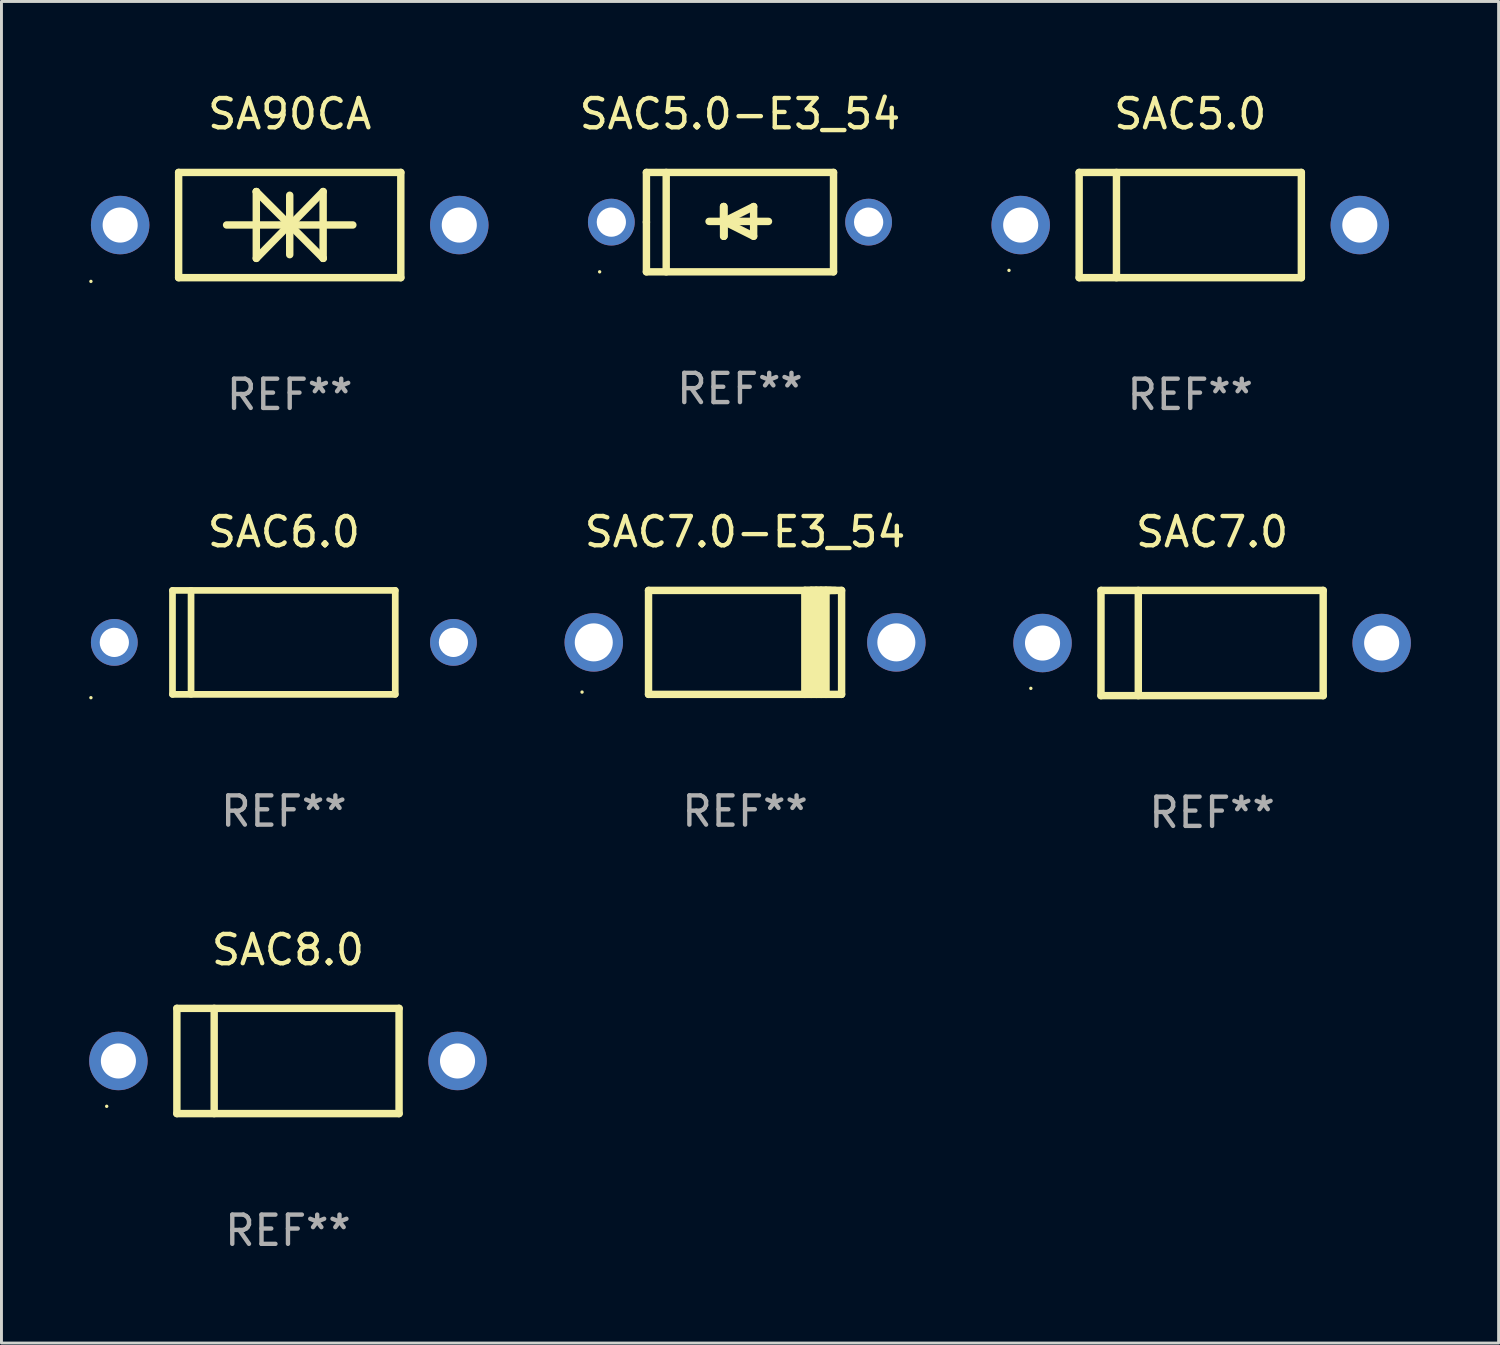
<source format=kicad_pcb>
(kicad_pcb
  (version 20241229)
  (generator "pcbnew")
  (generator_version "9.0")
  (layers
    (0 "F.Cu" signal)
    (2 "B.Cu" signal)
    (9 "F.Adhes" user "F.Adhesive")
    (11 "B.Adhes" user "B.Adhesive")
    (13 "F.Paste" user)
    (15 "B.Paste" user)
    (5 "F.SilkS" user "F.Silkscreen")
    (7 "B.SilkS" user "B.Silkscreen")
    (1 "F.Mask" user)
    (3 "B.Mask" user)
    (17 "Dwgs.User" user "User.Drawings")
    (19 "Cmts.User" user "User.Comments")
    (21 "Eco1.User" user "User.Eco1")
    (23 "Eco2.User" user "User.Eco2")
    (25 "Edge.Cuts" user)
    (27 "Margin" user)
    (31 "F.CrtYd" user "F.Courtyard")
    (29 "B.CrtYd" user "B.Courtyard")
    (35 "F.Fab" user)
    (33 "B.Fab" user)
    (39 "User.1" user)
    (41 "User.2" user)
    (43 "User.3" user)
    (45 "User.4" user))
  (footprint "SA90CA"
    (layer "F.Cu")
    (at 6.86 4.648)
    (property "Reference" "SA90CA" (at 0 -3.8 0) (layer "F.SilkS") (effects (font (size 1 1) (thickness 0.15))))
    (attr through_hole)
    (fp_line (start -3.8 -1.8) (end -3.8 1.8) (stroke (width 0.254) (type solid)) (layer "F.SilkS"))
    (fp_line (start -3.8 -1.8) (end 3.8 -1.8) (stroke (width 0.254) (type solid)) (layer "F.SilkS"))
    (fp_line (start -3.8 1.8) (end 3.8 1.8) (stroke (width 0.254) (type solid)) (layer "F.SilkS"))
    (fp_line (start -2.159 -0.003) (end 2.159 -0.003) (stroke (width 0.254) (type solid)) (layer "F.SilkS"))
    (fp_line (start -1.143 -1.146) (end -1.143 1.14) (stroke (width 0.254) (type solid)) (layer "F.SilkS"))
    (fp_line (start -1.143 -1.143) (end -1.143 -1.146) (stroke (width 0.254) (type solid)) (layer "F.SilkS"))
    (fp_line (start 0 -1.019) (end 0 1.013) (stroke (width 0.254) (type solid)) (layer "F.SilkS"))
    (fp_line (start 0 -0.026) (end -1.143 1.14) (stroke (width 0.254) (type solid)) (layer "F.SilkS"))
    (fp_line (start 0 -0.006) (end 1.143 1.137) (stroke (width 0.254) (type solid)) (layer "F.SilkS"))
    (fp_line (start 0 0) (end -1.143 -1.143) (stroke (width 0.254) (type solid)) (layer "F.SilkS"))
    (fp_line (start 0 0.02) (end 1.143 -1.146) (stroke (width 0.254) (type solid)) (layer "F.SilkS"))
    (fp_line (start 1.143 1.137) (end 1.143 1.14) (stroke (width 0.254) (type solid)) (layer "F.SilkS"))
    (fp_line (start 1.143 1.14) (end 1.143 -1.146) (stroke (width 0.254) (type solid)) (layer "F.SilkS"))
    (fp_line (start 3.8 -1.8) (end 3.8 1.8) (stroke (width 0.254) (type solid)) (layer "F.SilkS"))
    (fp_circle (center -6.8 1.927) (end -6.77 1.927) (stroke (width 0.06) (type solid)) (fill no) (layer "F.SilkS"))
    (fp_text user "REF**" (at 0 5.8 0) (layer "F.Fab") (effects (font (size 1 1) (thickness 0.15))))
    (pad "1" thru_hole circle (at -5.8 0) (size 2 2) (drill 1.2) (layers "*.Cu" "*.Mask"))
    (pad "2" thru_hole circle (at 5.8 0) (size 2 2) (drill 1.2) (layers "*.Cu" "*.Mask")))
  (footprint "SAC5.0-E3_54"
    (layer "F.Cu")
    (at 22.261 4.548)
    (property "Reference" "SAC5.0-E3_54" (at 0 -3.7 0) (layer "F.SilkS") (effects (font (size 1 1) (thickness 0.15))))
    (attr through_hole)
    (fp_line (start -3.2 -1.7) (end 3.2 -1.7) (stroke (width 0.254) (type solid)) (layer "F.SilkS"))
    (fp_line (start -3.2 0) (end -3.2 -1.7) (stroke (width 0.254) (type solid)) (layer "F.SilkS"))
    (fp_line (start -3.2 1.7) (end -3.2 0) (stroke (width 0.254) (type solid)) (layer "F.SilkS"))
    (fp_line (start -2.523 -1.7) (end -2.523 1.7) (stroke (width 0.254) (type solid)) (layer "F.SilkS"))
    (fp_line (start -0.561 -0.533) (end -0.561 0.483) (stroke (width 0.254) (type solid)) (layer "F.SilkS"))
    (fp_line (start -0.561 -0.025) (end -0.561 -0.533) (stroke (width 0.254) (type solid)) (layer "F.SilkS"))
    (fp_line (start -0.549 -0.025) (end -0.549 0.483) (stroke (width 0.254) (type solid)) (layer "F.SilkS"))
    (fp_line (start -0.549 -0.025) (end 0.467 0.483) (stroke (width 0.254) (type solid)) (layer "F.SilkS"))
    (fp_line (start -0.549 0.483) (end -0.549 -0.533) (stroke (width 0.254) (type solid)) (layer "F.SilkS"))
    (fp_line (start 0.467 -0.533) (end -0.549 -0.025) (stroke (width 0.254) (type solid)) (layer "F.SilkS"))
    (fp_line (start 0.467 0.483) (end 0.467 -0.533) (stroke (width 0.254) (type solid)) (layer "F.SilkS"))
    (fp_line (start 0.975 -0.025) (end -1.057 -0.025) (stroke (width 0.254) (type solid)) (layer "F.SilkS"))
    (fp_line (start 3.2 -1.7) (end 3.2 1.7) (stroke (width 0.254) (type solid)) (layer "F.SilkS"))
    (fp_line (start 3.2 1.7) (end -3.2 1.7) (stroke (width 0.254) (type solid)) (layer "F.SilkS"))
    (fp_circle (center -4.8 1.7) (end -4.77 1.7) (stroke (width 0.06) (type solid)) (fill no) (layer "F.SilkS"))
    (fp_text user "REF**" (at 0 5.7 0) (layer "F.Fab") (effects (font (size 1 1) (thickness 0.15))))
    (pad "1" thru_hole circle (at -4.4 0) (size 1.6 1.6) (drill 1) (layers "*.Cu" "*.Mask"))
    (pad "2" thru_hole circle (at 4.4 0) (size 1.6 1.6) (drill 1) (layers "*.Cu" "*.Mask")))
  (footprint "SAC7.0"
    (layer "F.Cu")
    (at 38.41 18.945)
    (property "Reference" "SAC7.0" (at 0 -3.8 0) (layer "F.SilkS") (effects (font (size 1 1) (thickness 0.15))))
    (attr through_hole)
    (fp_line (start -3.8 -1.8) (end -3.8 1.8) (stroke (width 0.254) (type solid)) (layer "F.SilkS"))
    (fp_line (start -3.8 -1.8) (end 3.8 -1.8) (stroke (width 0.254) (type solid)) (layer "F.SilkS"))
    (fp_line (start -3.8 1.8) (end 3.8 1.8) (stroke (width 0.254) (type solid)) (layer "F.SilkS"))
    (fp_line (start -2.524 -1.8) (end -2.524 1.8) (stroke (width 0.254) (type solid)) (layer "F.SilkS"))
    (fp_line (start 3.8 -1.8) (end 3.8 1.8) (stroke (width 0.254) (type solid)) (layer "F.SilkS"))
    (fp_circle (center -6.2 1.55) (end -6.17 1.55) (stroke (width 0.06) (type solid)) (fill no) (layer "F.SilkS"))
    (fp_text user "REF**" (at 0 5.8 0) (layer "F.Fab") (effects (font (size 1 1) (thickness 0.15))))
    (pad "1" thru_hole circle (at -5.8 0) (size 2 2) (drill 1.2) (layers "*.Cu" "*.Mask"))
    (pad "2" thru_hole circle (at 5.8 0) (size 2 2) (drill 1.2) (layers "*.Cu" "*.Mask")))
  (footprint "SAC7.0-E3_54"
    (layer "F.Cu")
    (at 22.435 18.923)
    (property "Reference" "SAC7.0-E3_54" (at 0 -3.778 0) (layer "F.SilkS") (effects (font (size 1 1) (thickness 0.15))))
    (attr through_hole)
    (fp_line (start -3.302 -1.778) (end -3.302 1.778) (stroke (width 0.254) (type solid)) (layer "F.SilkS"))
    (fp_line (start -3.302 1.778) (end 3.302 1.778) (stroke (width 0.254) (type solid)) (layer "F.SilkS"))
    (fp_line (start 2.045 -1.778) (end 2.045 1.778) (stroke (width 0.254) (type solid)) (layer "F.SilkS"))
    (fp_line (start 2.261 -1.778) (end 2.261 1.778) (stroke (width 0.254) (type solid)) (layer "F.SilkS"))
    (fp_line (start 2.421 -1.778) (end 2.045 -1.778) (stroke (width 0.254) (type solid)) (layer "F.SilkS"))
    (fp_line (start 2.439 -1.778) (end 2.439 1.778) (stroke (width 0.254) (type solid)) (layer "F.SilkS"))
    (fp_line (start 2.579 -1.778) (end 2.261 -1.778) (stroke (width 0.254) (type solid)) (layer "F.SilkS"))
    (fp_line (start 2.604 -1.778) (end 2.604 1.778) (stroke (width 0.254) (type solid)) (layer "F.SilkS"))
    (fp_line (start 2.757 -1.778) (end 2.439 -1.778) (stroke (width 0.254) (type solid)) (layer "F.SilkS"))
    (fp_line (start 2.769 -1.778) (end 2.769 1.778) (stroke (width 0.254) (type solid)) (layer "F.SilkS"))
    (fp_line (start 2.922 -1.778) (end 2.604 -1.778) (stroke (width 0.254) (type solid)) (layer "F.SilkS"))
    (fp_line (start 3.087 -1.778) (end 2.769 -1.778) (stroke (width 0.254) (type solid)) (layer "F.SilkS"))
    (fp_line (start 3.302 -1.778) (end -3.302 -1.778) (stroke (width 0.254) (type solid)) (layer "F.SilkS"))
    (fp_line (start 3.302 1.778) (end 3.302 -1.778) (stroke (width 0.254) (type solid)) (layer "F.SilkS"))
    (fp_circle (center -5.576 1.7) (end -5.546 1.7) (stroke (width 0.06) (type solid)) (fill no) (layer "F.SilkS"))
    (fp_text user "REF**" (at 0 5.778 0) (layer "F.Fab") (effects (font (size 1 1) (thickness 0.15))))
    (pad "1" thru_hole circle (at -5.175 0) (size 2 2) (drill 1.3) (layers "*.Cu" "*.Mask"))
    (pad "2" thru_hole circle (at 5.175 0) (size 2 2) (drill 1.3) (layers "*.Cu" "*.Mask")))
  (footprint "SAC6.0"
    (layer "F.Cu")
    (at 6.66 18.923)
    (property "Reference" "SAC6.0" (at 0 -3.778 0) (layer "F.SilkS") (effects (font (size 1 1) (thickness 0.15))))
    (attr through_hole)
    (fp_line (start -3.81 -1.778) (end 3.81 -1.778) (stroke (width 0.229) (type solid)) (layer "F.SilkS"))
    (fp_line (start -3.81 1.778) (end -3.81 -1.778) (stroke (width 0.229) (type solid)) (layer "F.SilkS"))
    (fp_line (start -3.175 1.778) (end -3.175 -1.778) (stroke (width 0.229) (type solid)) (layer "F.SilkS"))
    (fp_line (start 3.81 -1.778) (end 3.81 1.778) (stroke (width 0.229) (type solid)) (layer "F.SilkS"))
    (fp_line (start 3.81 1.778) (end -3.81 1.778) (stroke (width 0.229) (type solid)) (layer "F.SilkS"))
    (fp_circle (center -6.6 1.892) (end -6.57 1.892) (stroke (width 0.06) (type solid)) (fill no) (layer "F.SilkS"))
    (fp_text user "REF**" (at 0 5.778 0) (layer "F.Fab") (effects (font (size 1 1) (thickness 0.15))))
    (pad "1" thru_hole circle (at -5.8 0) (size 1.6 1.6) (drill 1) (layers "*.Cu" "*.Mask"))
    (pad "2" thru_hole circle (at 5.8 0) (size 1.6 1.6) (drill 1) (layers "*.Cu" "*.Mask")))
  (footprint "SAC8.0"
    (layer "F.Cu")
    (at 6.8 33.241)
    (property "Reference" "SAC8.0" (at 0 -3.8 0) (layer "F.SilkS") (effects (font (size 1 1) (thickness 0.15))))
    (attr through_hole)
    (fp_line (start -3.8 -1.8) (end -3.8 1.8) (stroke (width 0.254) (type solid)) (layer "F.SilkS"))
    (fp_line (start -3.8 -1.8) (end 3.8 -1.8) (stroke (width 0.254) (type solid)) (layer "F.SilkS"))
    (fp_line (start -3.8 1.8) (end 3.8 1.8) (stroke (width 0.254) (type solid)) (layer "F.SilkS"))
    (fp_line (start -2.524 -1.8) (end -2.524 1.8) (stroke (width 0.254) (type solid)) (layer "F.SilkS"))
    (fp_line (start 3.8 -1.8) (end 3.8 1.8) (stroke (width 0.254) (type solid)) (layer "F.SilkS"))
    (fp_circle (center -6.2 1.55) (end -6.17 1.55) (stroke (width 0.06) (type solid)) (fill no) (layer "F.SilkS"))
    (fp_text user "REF**" (at 0 5.8 0) (layer "F.Fab") (effects (font (size 1 1) (thickness 0.15))))
    (pad "1" thru_hole circle (at -5.8 0) (size 2 2) (drill 1.2) (layers "*.Cu" "*.Mask"))
    (pad "2" thru_hole circle (at 5.8 0) (size 2 2) (drill 1.2) (layers "*.Cu" "*.Mask")))
  (footprint "SAC5.0"
    (layer "F.Cu")
    (at 37.663 4.648)
    (property "Reference" "SAC5.0" (at 0 -3.8 0) (layer "F.SilkS") (effects (font (size 1 1) (thickness 0.15))))
    (attr through_hole)
    (fp_line (start -3.8 -1.8) (end -3.8 1.8) (stroke (width 0.254) (type solid)) (layer "F.SilkS"))
    (fp_line (start -3.8 -1.8) (end 3.8 -1.8) (stroke (width 0.254) (type solid)) (layer "F.SilkS"))
    (fp_line (start -3.8 1.8) (end 3.8 1.8) (stroke (width 0.254) (type solid)) (layer "F.SilkS"))
    (fp_line (start -2.524 -1.8) (end -2.524 1.8) (stroke (width 0.254) (type solid)) (layer "F.SilkS"))
    (fp_line (start 3.8 -1.8) (end 3.8 1.8) (stroke (width 0.254) (type solid)) (layer "F.SilkS"))
    (fp_circle (center -6.2 1.55) (end -6.17 1.55) (stroke (width 0.06) (type solid)) (fill no) (layer "F.SilkS"))
    (fp_text user "REF**" (at 0 5.8 0) (layer "F.Fab") (effects (font (size 1 1) (thickness 0.15))))
    (pad "1" thru_hole circle (at -5.8 0) (size 2 2) (drill 1.2) (layers "*.Cu" "*.Mask"))
    (pad "2" thru_hole circle (at 5.8 0) (size 2 2) (drill 1.2) (layers "*.Cu" "*.Mask")))
  (gr_rect
    (start -3 -3)
    (end 48.21 42.889)
    (stroke (width 0.1) (type default))
    (fill no)
    (layer "Edge.Cuts")))
</source>
